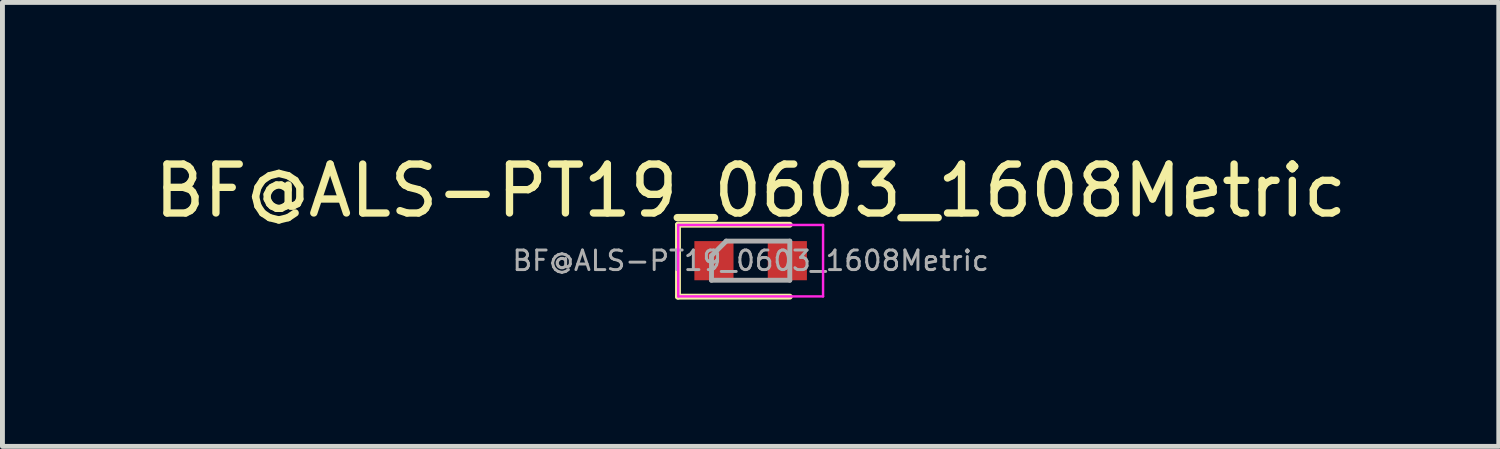
<source format=kicad_pcb>
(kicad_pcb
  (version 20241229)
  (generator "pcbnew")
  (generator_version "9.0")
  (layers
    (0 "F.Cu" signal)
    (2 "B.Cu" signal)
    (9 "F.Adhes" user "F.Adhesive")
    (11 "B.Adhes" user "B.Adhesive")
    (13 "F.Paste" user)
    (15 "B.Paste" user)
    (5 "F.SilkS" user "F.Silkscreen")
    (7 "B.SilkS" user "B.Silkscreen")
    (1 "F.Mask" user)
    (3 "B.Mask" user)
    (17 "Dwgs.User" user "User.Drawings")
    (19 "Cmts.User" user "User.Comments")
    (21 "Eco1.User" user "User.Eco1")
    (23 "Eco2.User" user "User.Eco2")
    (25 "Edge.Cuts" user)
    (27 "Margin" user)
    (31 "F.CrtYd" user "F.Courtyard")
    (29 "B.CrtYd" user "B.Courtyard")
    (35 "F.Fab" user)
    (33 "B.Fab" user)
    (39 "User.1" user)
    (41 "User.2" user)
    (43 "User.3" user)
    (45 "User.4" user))
  (footprint "BF@ALS-PT19_0603_1608Metric"
    (layer "F.Cu")
    (at 12.292 2.278)
    (property "Reference" "BF@ALS-PT19_0603_1608Metric" (at 0 -1.43 0) (layer "F.SilkS") (effects (font (size 1 1) (thickness 0.15))))
    (attr smd)
    (fp_line (start -1.485 -0.735) (end -1.485 0.735) (stroke (width 0.12) (type solid)) (layer "F.SilkS"))
    (fp_line (start -1.485 0.735) (end 0.8 0.735) (stroke (width 0.12) (type solid)) (layer "F.SilkS"))
    (fp_line (start 0.8 -0.735) (end -1.485 -0.735) (stroke (width 0.12) (type solid)) (layer "F.SilkS"))
    (fp_line (start -1.48 -0.73) (end 1.48 -0.73) (stroke (width 0.05) (type solid)) (layer "F.CrtYd"))
    (fp_line (start -1.48 0.73) (end -1.48 -0.73) (stroke (width 0.05) (type solid)) (layer "F.CrtYd"))
    (fp_line (start 1.48 -0.73) (end 1.48 0.73) (stroke (width 0.05) (type solid)) (layer "F.CrtYd"))
    (fp_line (start 1.48 0.73) (end -1.48 0.73) (stroke (width 0.05) (type solid)) (layer "F.CrtYd"))
    (fp_line (start -0.8 -0.1) (end -0.8 0.4) (stroke (width 0.1) (type solid)) (layer "F.Fab"))
    (fp_line (start -0.8 0.4) (end 0.8 0.4) (stroke (width 0.1) (type solid)) (layer "F.Fab"))
    (fp_line (start -0.5 -0.4) (end -0.8 -0.1) (stroke (width 0.1) (type solid)) (layer "F.Fab"))
    (fp_line (start 0.8 -0.4) (end -0.5 -0.4) (stroke (width 0.1) (type solid)) (layer "F.Fab"))
    (fp_line (start 0.8 0.4) (end 0.8 -0.4) (stroke (width 0.1) (type solid)) (layer "F.Fab"))
    (fp_text user "${REFERENCE}" (at 0 0 0) (layer "F.Fab") (effects (font (size 0.4 0.4) (thickness 0.06))))
    (pad "1" smd rect (at -0.75 0) (size 0.8 0.8) (layers "F.Cu" "F.Mask" "F.Paste"))
    (pad "2" smd rect (at 0.75 0) (size 0.8 0.8) (layers "F.Cu" "F.Mask" "F.Paste")))
  (gr_rect
    (start -3 -3)
    (end 27.583 6.073)
    (stroke (width 0.1) (type default))
    (fill no)
    (layer "Edge.Cuts")))
</source>
